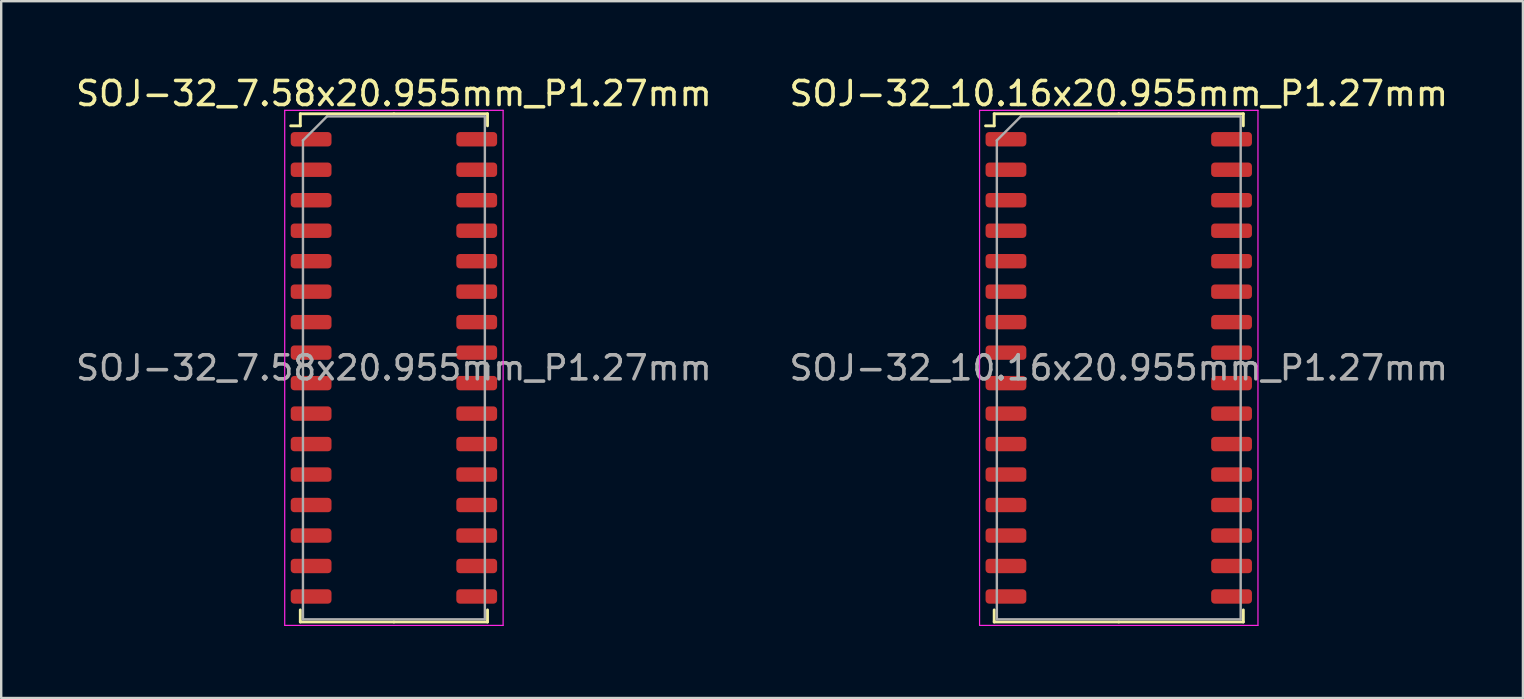
<source format=kicad_pcb>
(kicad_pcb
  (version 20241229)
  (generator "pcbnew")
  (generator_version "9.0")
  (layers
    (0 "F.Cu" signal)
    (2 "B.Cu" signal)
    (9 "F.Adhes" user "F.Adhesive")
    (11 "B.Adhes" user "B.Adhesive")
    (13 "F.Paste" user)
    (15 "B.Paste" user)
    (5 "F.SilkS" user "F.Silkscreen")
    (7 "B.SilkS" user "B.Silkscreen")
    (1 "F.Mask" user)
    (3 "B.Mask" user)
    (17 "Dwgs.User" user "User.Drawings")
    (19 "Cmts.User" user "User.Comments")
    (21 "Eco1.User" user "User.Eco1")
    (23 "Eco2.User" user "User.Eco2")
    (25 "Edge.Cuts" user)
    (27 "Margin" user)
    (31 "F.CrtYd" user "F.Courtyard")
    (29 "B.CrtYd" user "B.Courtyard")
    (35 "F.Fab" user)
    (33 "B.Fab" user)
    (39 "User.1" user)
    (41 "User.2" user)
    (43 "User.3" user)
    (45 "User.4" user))
  (footprint "SOJ-32_7.58x20.955mm_P1.27mm"
    (layer "F.Cu")
    (at 13.363 12.278)
    (property "Reference" "SOJ-32_7.58x20.955mm_P1.27mm" (at 0 -11.43 0) (layer "F.SilkS") (effects (font (size 1 1) (thickness 0.15))))
    (attr smd)
    (fp_line (start -3.9 -10.588) (end -3.9 -10.085) (stroke (width 0.12) (type solid)) (layer "F.SilkS"))
    (fp_line (start -3.9 -10.085) (end -4.3 -10.085) (stroke (width 0.12) (type solid)) (layer "F.SilkS"))
    (fp_line (start -3.9 10.588) (end -3.9 10.085) (stroke (width 0.12) (type solid)) (layer "F.SilkS"))
    (fp_line (start 0 -10.588) (end -3.9 -10.588) (stroke (width 0.12) (type solid)) (layer "F.SilkS"))
    (fp_line (start 0 -10.588) (end 3.9 -10.588) (stroke (width 0.12) (type solid)) (layer "F.SilkS"))
    (fp_line (start 0 10.588) (end -3.9 10.588) (stroke (width 0.12) (type solid)) (layer "F.SilkS"))
    (fp_line (start 0 10.588) (end 3.9 10.588) (stroke (width 0.12) (type solid)) (layer "F.SilkS"))
    (fp_line (start 3.9 -10.588) (end 3.9 -10.085) (stroke (width 0.12) (type solid)) (layer "F.SilkS"))
    (fp_line (start 3.9 10.588) (end 3.9 10.085) (stroke (width 0.12) (type solid)) (layer "F.SilkS"))
    (fp_line (start -4.55 -10.73) (end -4.55 10.73) (stroke (width 0.05) (type solid)) (layer "F.CrtYd"))
    (fp_line (start -4.55 10.73) (end 4.55 10.73) (stroke (width 0.05) (type solid)) (layer "F.CrtYd"))
    (fp_line (start 4.55 -10.73) (end -4.55 -10.73) (stroke (width 0.05) (type solid)) (layer "F.CrtYd"))
    (fp_line (start 4.55 10.73) (end 4.55 -10.73) (stroke (width 0.05) (type solid)) (layer "F.CrtYd"))
    (fp_line (start -3.79 -9.477) (end -2.79 -10.477) (stroke (width 0.1) (type solid)) (layer "F.Fab"))
    (fp_line (start -3.79 10.477) (end -3.79 -9.477) (stroke (width 0.1) (type solid)) (layer "F.Fab"))
    (fp_line (start -2.79 -10.477) (end 3.79 -10.477) (stroke (width 0.1) (type solid)) (layer "F.Fab"))
    (fp_line (start 3.79 -10.477) (end 3.79 10.477) (stroke (width 0.1) (type solid)) (layer "F.Fab"))
    (fp_line (start 3.79 10.477) (end -3.79 10.477) (stroke (width 0.1) (type solid)) (layer "F.Fab"))
    (fp_text user "${REFERENCE}" (at 0 0 0) (layer "F.Fab") (effects (font (size 1 1) (thickness 0.15))))
    (pad "1" smd roundrect (at -3.45 -9.525) (size 1.7 0.6) (layers "F.Cu" "F.Mask" "F.Paste") (roundrect_rratio 0.25))
    (pad "2" smd roundrect (at -3.45 -8.255) (size 1.7 0.6) (layers "F.Cu" "F.Mask" "F.Paste") (roundrect_rratio 0.25))
    (pad "3" smd roundrect (at -3.45 -6.985) (size 1.7 0.6) (layers "F.Cu" "F.Mask" "F.Paste") (roundrect_rratio 0.25))
    (pad "4" smd roundrect (at -3.45 -5.715) (size 1.7 0.6) (layers "F.Cu" "F.Mask" "F.Paste") (roundrect_rratio 0.25))
    (pad "5" smd roundrect (at -3.45 -4.445) (size 1.7 0.6) (layers "F.Cu" "F.Mask" "F.Paste") (roundrect_rratio 0.25))
    (pad "6" smd roundrect (at -3.45 -3.175) (size 1.7 0.6) (layers "F.Cu" "F.Mask" "F.Paste") (roundrect_rratio 0.25))
    (pad "7" smd roundrect (at -3.45 -1.905) (size 1.7 0.6) (layers "F.Cu" "F.Mask" "F.Paste") (roundrect_rratio 0.25))
    (pad "8" smd roundrect (at -3.45 -0.635) (size 1.7 0.6) (layers "F.Cu" "F.Mask" "F.Paste") (roundrect_rratio 0.25))
    (pad "9" smd roundrect (at -3.45 0.635) (size 1.7 0.6) (layers "F.Cu" "F.Mask" "F.Paste") (roundrect_rratio 0.25))
    (pad "10" smd roundrect (at -3.45 1.905) (size 1.7 0.6) (layers "F.Cu" "F.Mask" "F.Paste") (roundrect_rratio 0.25))
    (pad "11" smd roundrect (at -3.45 3.175) (size 1.7 0.6) (layers "F.Cu" "F.Mask" "F.Paste") (roundrect_rratio 0.25))
    (pad "12" smd roundrect (at -3.45 4.445) (size 1.7 0.6) (layers "F.Cu" "F.Mask" "F.Paste") (roundrect_rratio 0.25))
    (pad "13" smd roundrect (at -3.45 5.715) (size 1.7 0.6) (layers "F.Cu" "F.Mask" "F.Paste") (roundrect_rratio 0.25))
    (pad "14" smd roundrect (at -3.45 6.985) (size 1.7 0.6) (layers "F.Cu" "F.Mask" "F.Paste") (roundrect_rratio 0.25))
    (pad "15" smd roundrect (at -3.45 8.255) (size 1.7 0.6) (layers "F.Cu" "F.Mask" "F.Paste") (roundrect_rratio 0.25))
    (pad "16" smd roundrect (at -3.45 9.525) (size 1.7 0.6) (layers "F.Cu" "F.Mask" "F.Paste") (roundrect_rratio 0.25))
    (pad "17" smd roundrect (at 3.45 9.525) (size 1.7 0.6) (layers "F.Cu" "F.Mask" "F.Paste") (roundrect_rratio 0.25))
    (pad "18" smd roundrect (at 3.45 8.255) (size 1.7 0.6) (layers "F.Cu" "F.Mask" "F.Paste") (roundrect_rratio 0.25))
    (pad "19" smd roundrect (at 3.45 6.985) (size 1.7 0.6) (layers "F.Cu" "F.Mask" "F.Paste") (roundrect_rratio 0.25))
    (pad "20" smd roundrect (at 3.45 5.715) (size 1.7 0.6) (layers "F.Cu" "F.Mask" "F.Paste") (roundrect_rratio 0.25))
    (pad "21" smd roundrect (at 3.45 4.445) (size 1.7 0.6) (layers "F.Cu" "F.Mask" "F.Paste") (roundrect_rratio 0.25))
    (pad "22" smd roundrect (at 3.45 3.175) (size 1.7 0.6) (layers "F.Cu" "F.Mask" "F.Paste") (roundrect_rratio 0.25))
    (pad "23" smd roundrect (at 3.45 1.905) (size 1.7 0.6) (layers "F.Cu" "F.Mask" "F.Paste") (roundrect_rratio 0.25))
    (pad "24" smd roundrect (at 3.45 0.635) (size 1.7 0.6) (layers "F.Cu" "F.Mask" "F.Paste") (roundrect_rratio 0.25))
    (pad "25" smd roundrect (at 3.45 -0.635) (size 1.7 0.6) (layers "F.Cu" "F.Mask" "F.Paste") (roundrect_rratio 0.25))
    (pad "26" smd roundrect (at 3.45 -1.905) (size 1.7 0.6) (layers "F.Cu" "F.Mask" "F.Paste") (roundrect_rratio 0.25))
    (pad "27" smd roundrect (at 3.45 -3.175) (size 1.7 0.6) (layers "F.Cu" "F.Mask" "F.Paste") (roundrect_rratio 0.25))
    (pad "28" smd roundrect (at 3.45 -4.445) (size 1.7 0.6) (layers "F.Cu" "F.Mask" "F.Paste") (roundrect_rratio 0.25))
    (pad "29" smd roundrect (at 3.45 -5.715) (size 1.7 0.6) (layers "F.Cu" "F.Mask" "F.Paste") (roundrect_rratio 0.25))
    (pad "30" smd roundrect (at 3.45 -6.985) (size 1.7 0.6) (layers "F.Cu" "F.Mask" "F.Paste") (roundrect_rratio 0.25))
    (pad "31" smd roundrect (at 3.45 -8.255) (size 1.7 0.6) (layers "F.Cu" "F.Mask" "F.Paste") (roundrect_rratio 0.25))
    (pad "32" smd roundrect (at 3.45 -9.525) (size 1.7 0.6) (layers "F.Cu" "F.Mask" "F.Paste") (roundrect_rratio 0.25)))
  (footprint "SOJ-32_10.16x20.955mm_P1.27mm"
    (layer "F.Cu")
    (at 43.565 12.278)
    (property "Reference" "SOJ-32_10.16x20.955mm_P1.27mm" (at 0 -11.43 0) (layer "F.SilkS") (effects (font (size 1 1) (thickness 0.15))))
    (attr smd)
    (fp_line (start -5.19 -10.588) (end -5.19 -10.085) (stroke (width 0.12) (type solid)) (layer "F.SilkS"))
    (fp_line (start -5.19 -10.085) (end -5.55 -10.085) (stroke (width 0.12) (type solid)) (layer "F.SilkS"))
    (fp_line (start -5.19 10.588) (end -5.19 10.085) (stroke (width 0.12) (type solid)) (layer "F.SilkS"))
    (fp_line (start 0 -10.588) (end -5.19 -10.588) (stroke (width 0.12) (type solid)) (layer "F.SilkS"))
    (fp_line (start 0 -10.588) (end 5.19 -10.588) (stroke (width 0.12) (type solid)) (layer "F.SilkS"))
    (fp_line (start 0 10.588) (end -5.19 10.588) (stroke (width 0.12) (type solid)) (layer "F.SilkS"))
    (fp_line (start 0 10.588) (end 5.19 10.588) (stroke (width 0.12) (type solid)) (layer "F.SilkS"))
    (fp_line (start 5.19 -10.588) (end 5.19 -10.085) (stroke (width 0.12) (type solid)) (layer "F.SilkS"))
    (fp_line (start 5.19 10.588) (end 5.19 10.085) (stroke (width 0.12) (type solid)) (layer "F.SilkS"))
    (fp_line (start -5.8 -10.73) (end -5.8 10.73) (stroke (width 0.05) (type solid)) (layer "F.CrtYd"))
    (fp_line (start -5.8 10.73) (end 5.8 10.73) (stroke (width 0.05) (type solid)) (layer "F.CrtYd"))
    (fp_line (start 5.8 -10.73) (end -5.8 -10.73) (stroke (width 0.05) (type solid)) (layer "F.CrtYd"))
    (fp_line (start 5.8 10.73) (end 5.8 -10.73) (stroke (width 0.05) (type solid)) (layer "F.CrtYd"))
    (fp_line (start -5.08 -9.477) (end -4.08 -10.477) (stroke (width 0.1) (type solid)) (layer "F.Fab"))
    (fp_line (start -5.08 10.477) (end -5.08 -9.477) (stroke (width 0.1) (type solid)) (layer "F.Fab"))
    (fp_line (start -4.08 -10.477) (end 5.08 -10.477) (stroke (width 0.1) (type solid)) (layer "F.Fab"))
    (fp_line (start 5.08 -10.477) (end 5.08 10.477) (stroke (width 0.1) (type solid)) (layer "F.Fab"))
    (fp_line (start 5.08 10.477) (end -5.08 10.477) (stroke (width 0.1) (type solid)) (layer "F.Fab"))
    (fp_text user "${REFERENCE}" (at 0 0 0) (layer "F.Fab") (effects (font (size 1 1) (thickness 0.15))))
    (pad "1" smd roundrect (at -4.7 -9.525) (size 1.7 0.6) (layers "F.Cu" "F.Mask" "F.Paste") (roundrect_rratio 0.25))
    (pad "2" smd roundrect (at -4.7 -8.255) (size 1.7 0.6) (layers "F.Cu" "F.Mask" "F.Paste") (roundrect_rratio 0.25))
    (pad "3" smd roundrect (at -4.7 -6.985) (size 1.7 0.6) (layers "F.Cu" "F.Mask" "F.Paste") (roundrect_rratio 0.25))
    (pad "4" smd roundrect (at -4.7 -5.715) (size 1.7 0.6) (layers "F.Cu" "F.Mask" "F.Paste") (roundrect_rratio 0.25))
    (pad "5" smd roundrect (at -4.7 -4.445) (size 1.7 0.6) (layers "F.Cu" "F.Mask" "F.Paste") (roundrect_rratio 0.25))
    (pad "6" smd roundrect (at -4.7 -3.175) (size 1.7 0.6) (layers "F.Cu" "F.Mask" "F.Paste") (roundrect_rratio 0.25))
    (pad "7" smd roundrect (at -4.7 -1.905) (size 1.7 0.6) (layers "F.Cu" "F.Mask" "F.Paste") (roundrect_rratio 0.25))
    (pad "8" smd roundrect (at -4.7 -0.635) (size 1.7 0.6) (layers "F.Cu" "F.Mask" "F.Paste") (roundrect_rratio 0.25))
    (pad "9" smd roundrect (at -4.7 0.635) (size 1.7 0.6) (layers "F.Cu" "F.Mask" "F.Paste") (roundrect_rratio 0.25))
    (pad "10" smd roundrect (at -4.7 1.905) (size 1.7 0.6) (layers "F.Cu" "F.Mask" "F.Paste") (roundrect_rratio 0.25))
    (pad "11" smd roundrect (at -4.7 3.175) (size 1.7 0.6) (layers "F.Cu" "F.Mask" "F.Paste") (roundrect_rratio 0.25))
    (pad "12" smd roundrect (at -4.7 4.445) (size 1.7 0.6) (layers "F.Cu" "F.Mask" "F.Paste") (roundrect_rratio 0.25))
    (pad "13" smd roundrect (at -4.7 5.715) (size 1.7 0.6) (layers "F.Cu" "F.Mask" "F.Paste") (roundrect_rratio 0.25))
    (pad "14" smd roundrect (at -4.7 6.985) (size 1.7 0.6) (layers "F.Cu" "F.Mask" "F.Paste") (roundrect_rratio 0.25))
    (pad "15" smd roundrect (at -4.7 8.255) (size 1.7 0.6) (layers "F.Cu" "F.Mask" "F.Paste") (roundrect_rratio 0.25))
    (pad "16" smd roundrect (at -4.7 9.525) (size 1.7 0.6) (layers "F.Cu" "F.Mask" "F.Paste") (roundrect_rratio 0.25))
    (pad "17" smd roundrect (at 4.7 9.525) (size 1.7 0.6) (layers "F.Cu" "F.Mask" "F.Paste") (roundrect_rratio 0.25))
    (pad "18" smd roundrect (at 4.7 8.255) (size 1.7 0.6) (layers "F.Cu" "F.Mask" "F.Paste") (roundrect_rratio 0.25))
    (pad "19" smd roundrect (at 4.7 6.985) (size 1.7 0.6) (layers "F.Cu" "F.Mask" "F.Paste") (roundrect_rratio 0.25))
    (pad "20" smd roundrect (at 4.7 5.715) (size 1.7 0.6) (layers "F.Cu" "F.Mask" "F.Paste") (roundrect_rratio 0.25))
    (pad "21" smd roundrect (at 4.7 4.445) (size 1.7 0.6) (layers "F.Cu" "F.Mask" "F.Paste") (roundrect_rratio 0.25))
    (pad "22" smd roundrect (at 4.7 3.175) (size 1.7 0.6) (layers "F.Cu" "F.Mask" "F.Paste") (roundrect_rratio 0.25))
    (pad "23" smd roundrect (at 4.7 1.905) (size 1.7 0.6) (layers "F.Cu" "F.Mask" "F.Paste") (roundrect_rratio 0.25))
    (pad "24" smd roundrect (at 4.7 0.635) (size 1.7 0.6) (layers "F.Cu" "F.Mask" "F.Paste") (roundrect_rratio 0.25))
    (pad "25" smd roundrect (at 4.7 -0.635) (size 1.7 0.6) (layers "F.Cu" "F.Mask" "F.Paste") (roundrect_rratio 0.25))
    (pad "26" smd roundrect (at 4.7 -1.905) (size 1.7 0.6) (layers "F.Cu" "F.Mask" "F.Paste") (roundrect_rratio 0.25))
    (pad "27" smd roundrect (at 4.7 -3.175) (size 1.7 0.6) (layers "F.Cu" "F.Mask" "F.Paste") (roundrect_rratio 0.25))
    (pad "28" smd roundrect (at 4.7 -4.445) (size 1.7 0.6) (layers "F.Cu" "F.Mask" "F.Paste") (roundrect_rratio 0.25))
    (pad "29" smd roundrect (at 4.7 -5.715) (size 1.7 0.6) (layers "F.Cu" "F.Mask" "F.Paste") (roundrect_rratio 0.25))
    (pad "30" smd roundrect (at 4.7 -6.985) (size 1.7 0.6) (layers "F.Cu" "F.Mask" "F.Paste") (roundrect_rratio 0.25))
    (pad "31" smd roundrect (at 4.7 -8.255) (size 1.7 0.6) (layers "F.Cu" "F.Mask" "F.Paste") (roundrect_rratio 0.25))
    (pad "32" smd roundrect (at 4.7 -9.525) (size 1.7 0.6) (layers "F.Cu" "F.Mask" "F.Paste") (roundrect_rratio 0.25)))
  (gr_rect
    (start -3 -3)
    (end 60.405 26.033)
    (stroke (width 0.1) (type default))
    (fill no)
    (layer "Edge.Cuts")))
</source>
